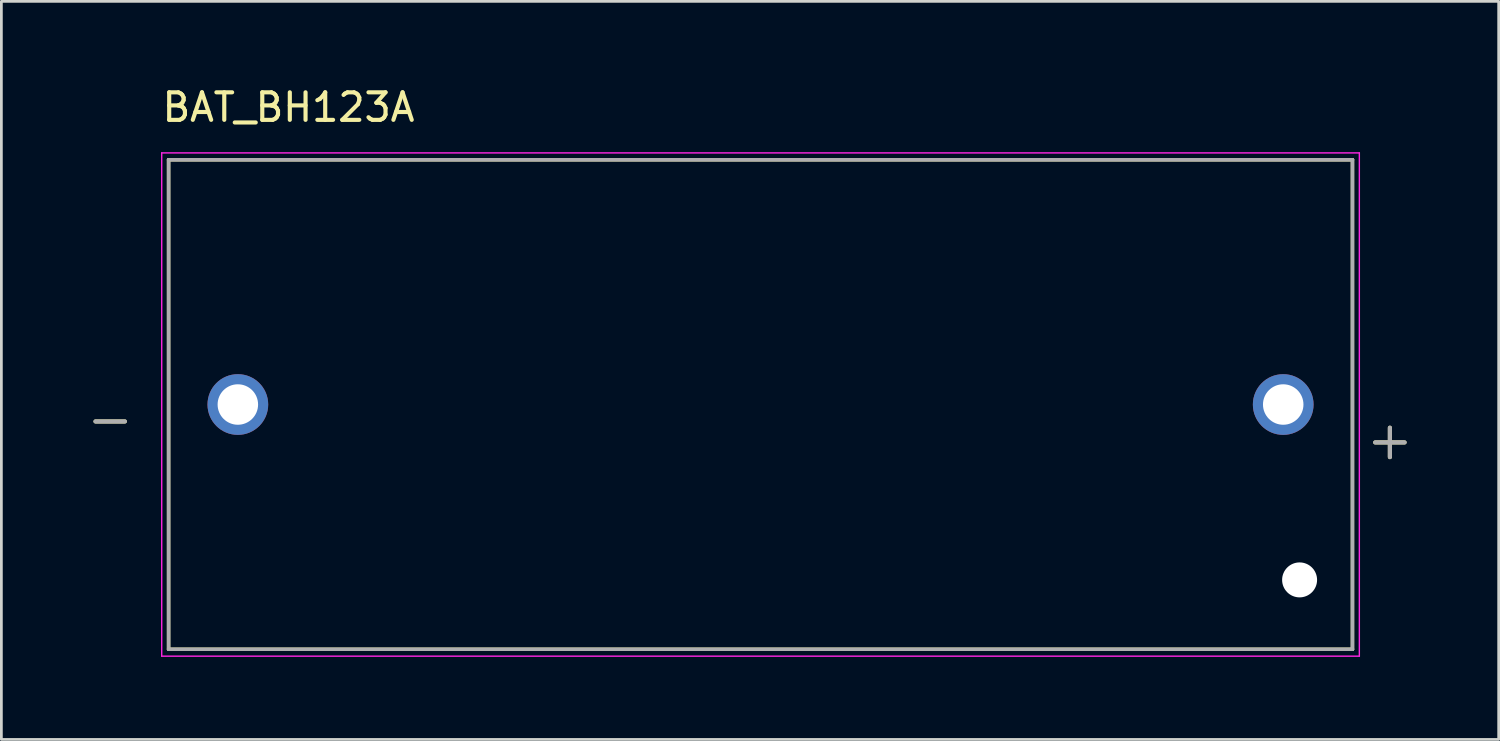
<source format=kicad_pcb>
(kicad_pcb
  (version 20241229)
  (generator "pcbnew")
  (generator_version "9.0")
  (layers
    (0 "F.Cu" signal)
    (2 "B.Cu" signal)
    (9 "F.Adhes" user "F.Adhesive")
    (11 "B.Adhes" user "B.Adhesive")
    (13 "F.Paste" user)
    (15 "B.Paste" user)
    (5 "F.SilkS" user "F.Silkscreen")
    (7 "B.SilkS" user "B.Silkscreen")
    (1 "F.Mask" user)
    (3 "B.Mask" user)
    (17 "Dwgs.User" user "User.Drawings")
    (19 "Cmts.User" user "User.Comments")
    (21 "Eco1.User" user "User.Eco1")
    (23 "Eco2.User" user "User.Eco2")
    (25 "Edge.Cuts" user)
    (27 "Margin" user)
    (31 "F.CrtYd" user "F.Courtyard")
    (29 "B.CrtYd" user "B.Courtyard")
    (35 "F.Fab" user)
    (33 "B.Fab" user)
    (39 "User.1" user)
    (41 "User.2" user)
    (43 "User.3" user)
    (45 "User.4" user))
  (footprint "BAT_BH123A"
    (layer "F.Cu")
    (at 24.574 11.643)
    (property "Reference" "BAT_BH123A" (at -17.145 -10.795 0) (layer "F.SilkS") (effects (font (size 1 1) (thickness 0.15))))
    (attr through_hole)
    (fp_line (start -21.5 -8.89) (end 21.5 -8.89) (stroke (width 0.127) (type solid)) (layer "F.SilkS"))
    (fp_line (start -21.5 8.89) (end -21.5 -8.89) (stroke (width 0.127) (type solid)) (layer "F.SilkS"))
    (fp_line (start 21.5 -8.89) (end 21.5 8.89) (stroke (width 0.127) (type solid)) (layer "F.SilkS"))
    (fp_line (start 21.5 8.89) (end -21.5 8.89) (stroke (width 0.127) (type solid)) (layer "F.SilkS"))
    (fp_line (start -21.75 -9.14) (end 21.75 -9.14) (stroke (width 0.05) (type solid)) (layer "F.CrtYd"))
    (fp_line (start -21.75 9.14) (end -21.75 -9.14) (stroke (width 0.05) (type solid)) (layer "F.CrtYd"))
    (fp_line (start 21.75 -9.14) (end 21.75 9.14) (stroke (width 0.05) (type solid)) (layer "F.CrtYd"))
    (fp_line (start 21.75 9.14) (end -21.75 9.14) (stroke (width 0.05) (type solid)) (layer "F.CrtYd"))
    (fp_line (start -21.5 -8.89) (end 21.5 -8.89) (stroke (width 0.127) (type solid)) (layer "F.Fab"))
    (fp_line (start -21.5 8.89) (end -21.5 -8.89) (stroke (width 0.127) (type solid)) (layer "F.Fab"))
    (fp_line (start 21.5 -8.89) (end 21.5 8.89) (stroke (width 0.127) (type solid)) (layer "F.Fab"))
    (fp_line (start 21.5 8.89) (end -21.5 8.89) (stroke (width 0.127) (type solid)) (layer "F.Fab"))
    (fp_text user "+" (at 22.86 1.27 0) (layer "F.SilkS") (effects (font (size 1.4 1.4) (thickness 0.15))))
    (fp_text user "-" (at -23.622 0.508 0) (layer "F.SilkS") (effects (font (size 1.4 1.4) (thickness 0.15))))
    (fp_text user "-" (at -23.622 0.508 0) (layer "F.Fab") (effects (font (size 1.4 1.4) (thickness 0.15))))
    (fp_text user "+" (at 22.86 1.27 0) (layer "F.Fab") (effects (font (size 1.4 1.4) (thickness 0.15))))
    (pad "" np_thru_hole circle (at 19.58 6.37) (size 1.27 1.27) (drill 1.27) (layers "*.Cu" "*.Mask"))
    (pad "N" thru_hole circle (at -18.985 0) (size 2.205 2.205) (drill 1.47) (layers "*.Cu" "*.Mask"))
    (pad "P" thru_hole circle (at 18.985 0) (size 2.205 2.205) (drill 1.47) (layers "*.Cu" "*.Mask")))
  (gr_rect
    (start -3 -3)
    (end 51.385 23.808)
    (stroke (width 0.1) (type default))
    (fill no)
    (layer "Edge.Cuts")))
</source>
